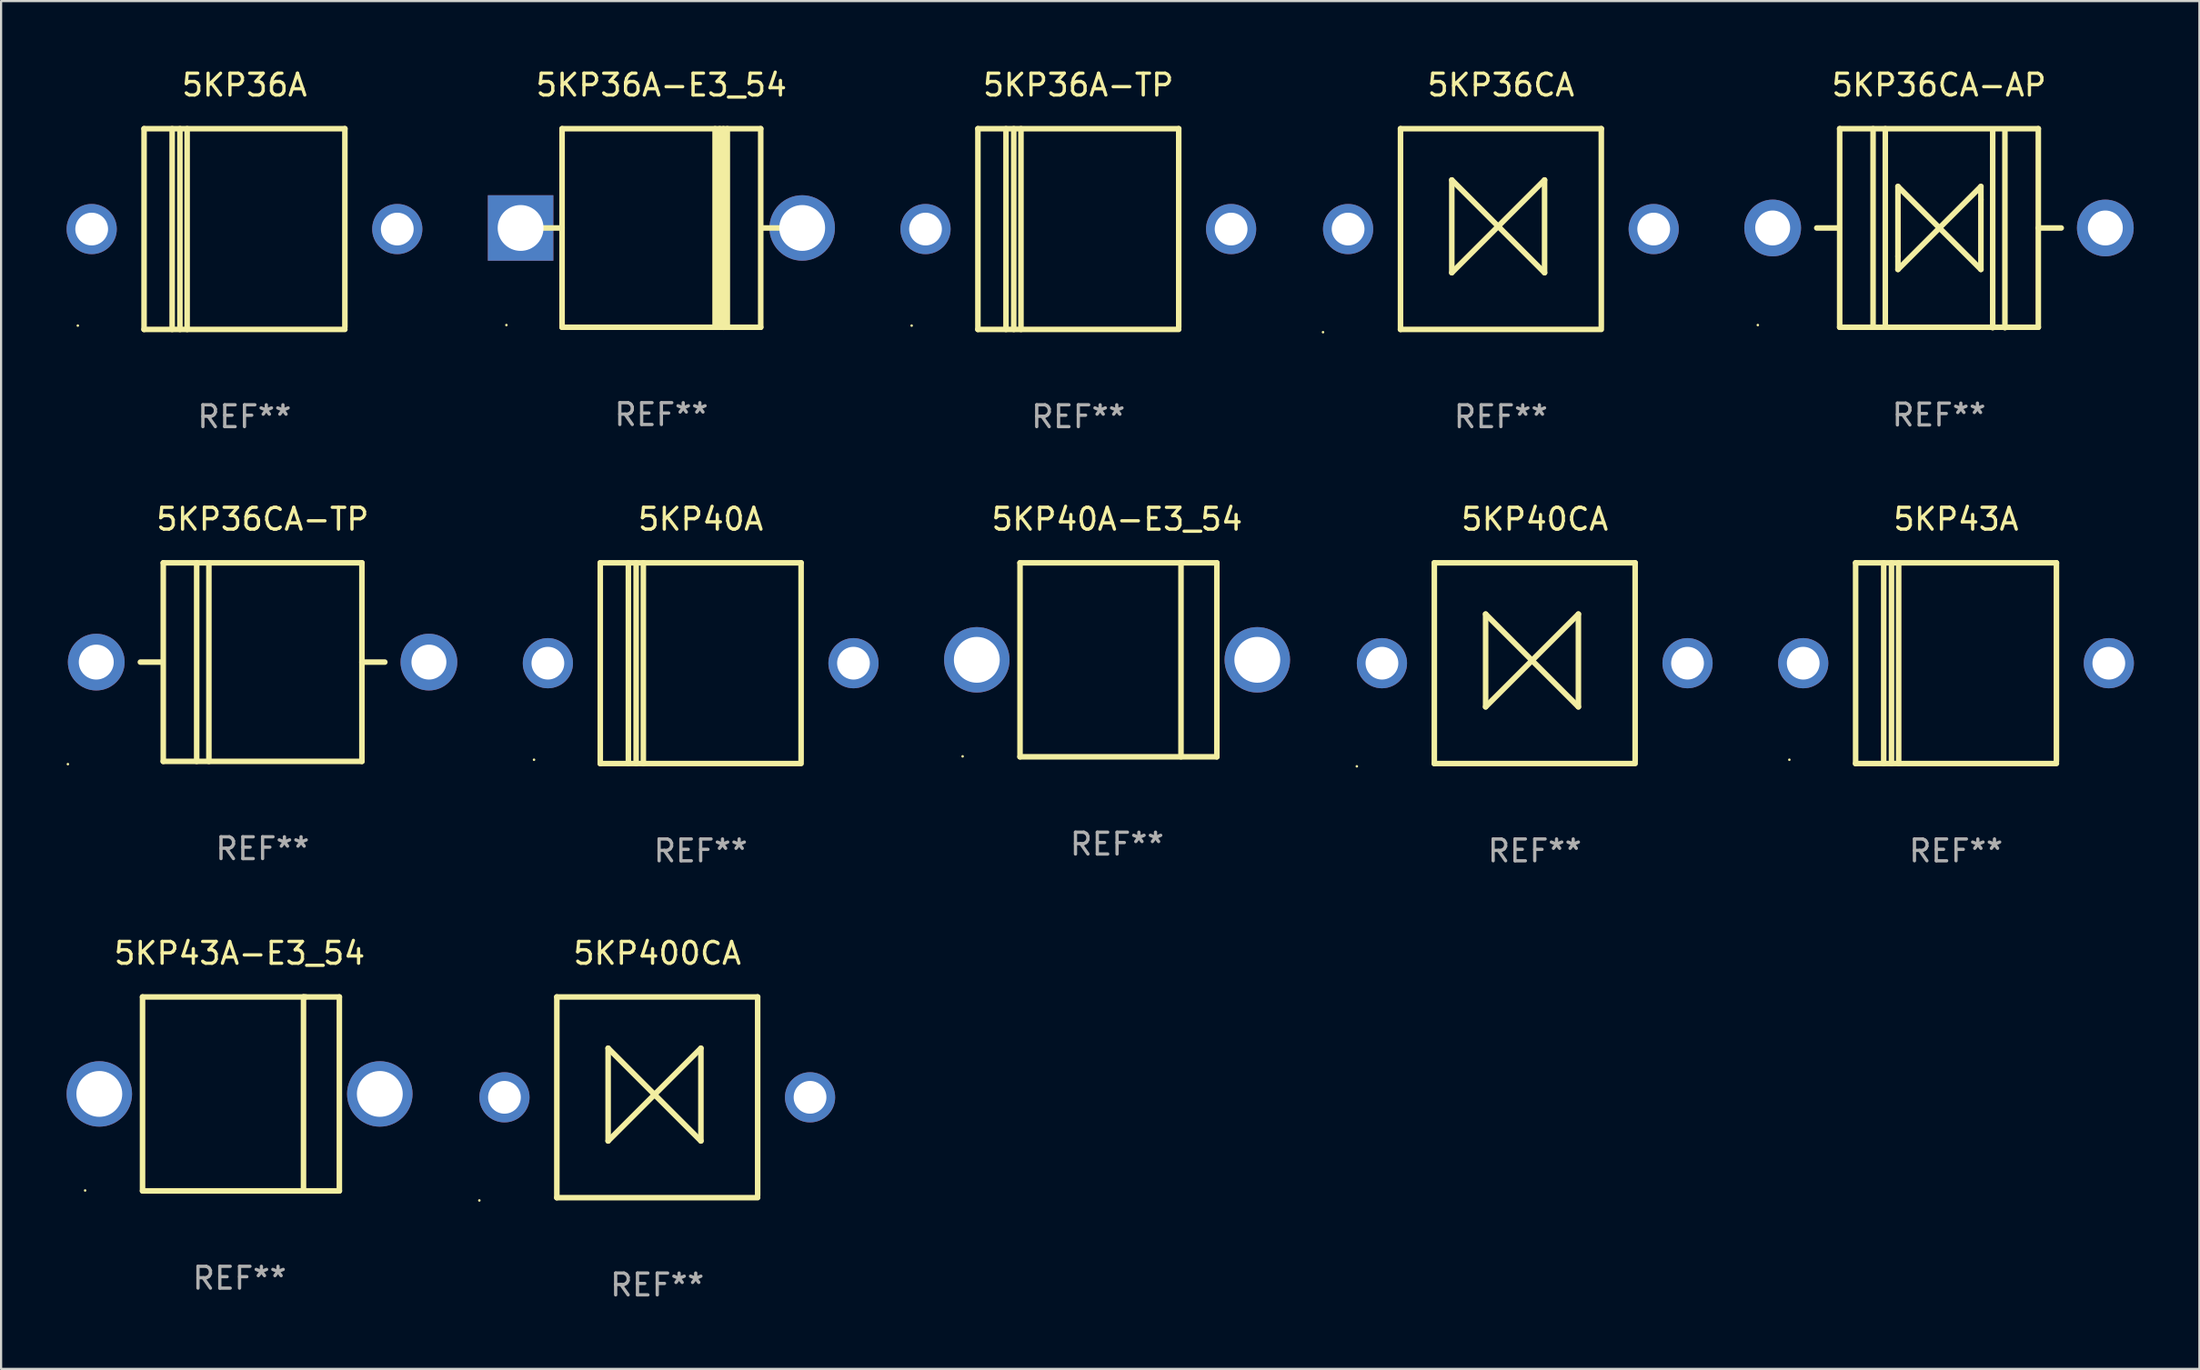
<source format=kicad_pcb>
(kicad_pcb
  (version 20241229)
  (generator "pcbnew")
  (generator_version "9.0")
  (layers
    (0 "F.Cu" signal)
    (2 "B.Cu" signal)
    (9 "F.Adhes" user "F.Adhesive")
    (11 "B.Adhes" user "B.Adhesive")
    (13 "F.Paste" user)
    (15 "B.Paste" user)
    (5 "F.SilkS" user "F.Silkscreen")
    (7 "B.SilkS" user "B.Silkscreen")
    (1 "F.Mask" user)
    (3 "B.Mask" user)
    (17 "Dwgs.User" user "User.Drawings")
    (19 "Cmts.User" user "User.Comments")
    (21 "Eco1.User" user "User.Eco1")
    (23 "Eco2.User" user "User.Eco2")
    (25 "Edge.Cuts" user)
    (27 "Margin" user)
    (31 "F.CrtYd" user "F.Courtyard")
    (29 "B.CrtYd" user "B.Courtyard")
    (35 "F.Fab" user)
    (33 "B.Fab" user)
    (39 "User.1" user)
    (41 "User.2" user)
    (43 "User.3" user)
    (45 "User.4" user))
  (footprint "5KP43A-E3_54"
    (layer "F.Cu")
    (at 7.925 47.086)
    (property "Reference" "5KP43A-E3_54" (at 0 -6.445 0) (layer "F.SilkS") (effects (font (size 1 1) (thickness 0.15))))
    (attr through_hole)
    (fp_line (start -4.445 -4.445) (end -4.445 4.445) (stroke (width 0.254) (type solid)) (layer "F.SilkS"))
    (fp_line (start -4.445 4.445) (end 4.572 4.445) (stroke (width 0.254) (type solid)) (layer "F.SilkS"))
    (fp_line (start 2.929 -4.445) (end 2.929 4.445) (stroke (width 0.254) (type solid)) (layer "F.SilkS"))
    (fp_line (start 3.029 -4.445) (end 2.929 -4.445) (stroke (width 0.254) (type solid)) (layer "F.SilkS"))
    (fp_line (start 4.572 -4.445) (end -4.445 -4.445) (stroke (width 0.254) (type solid)) (layer "F.SilkS"))
    (fp_line (start 4.572 4.445) (end 4.572 -4.445) (stroke (width 0.254) (type solid)) (layer "F.SilkS"))
    (fp_circle (center -7.075 4.425) (end -7.045 4.425) (stroke (width 0.06) (type solid)) (fill no) (layer "F.SilkS"))
    (fp_text user "REF**" (at 0 8.445 0) (layer "F.Fab") (effects (font (size 1 1) (thickness 0.15))))
    (pad "1" thru_hole circle (at -6.425 0) (size 3 3) (drill 2.1) (layers "*.Cu" "*.Mask"))
    (pad "2" thru_hole circle (at 6.425 0) (size 3 3) (drill 2.1) (layers "*.Cu" "*.Mask")))
  (footprint "5KP36CA-TP"
    (layer "F.Cu")
    (at 8.98 27.295)
    (property "Reference" "5KP36CA-TP" (at 0 -6.55 0) (layer "F.SilkS") (effects (font (size 1 1) (thickness 0.15))))
    (attr through_hole)
    (fp_line (start -4.58 0.000127) (end -5.6 0.000127) (stroke (width 0.254) (type solid)) (layer "F.SilkS"))
    (fp_line (start -4.55 -4.55) (end 4.55 -4.55) (stroke (width 0.254) (type solid)) (layer "F.SilkS"))
    (fp_line (start -4.55 -4.55) (end -4.55 4.55) (stroke (width 0.254) (type solid)) (layer "F.SilkS"))
    (fp_line (start -3.02 -4.55) (end -3.02 4.55) (stroke (width 0.254) (type solid)) (layer "F.SilkS"))
    (fp_line (start -2.46 -4.55) (end -2.46 4.55) (stroke (width 0.254) (type solid)) (layer "F.SilkS"))
    (fp_line (start 4.55 4.55) (end -4.55 4.55) (stroke (width 0.254) (type solid)) (layer "F.SilkS"))
    (fp_line (start 4.55 4.55) (end 4.55 -4.55) (stroke (width 0.254) (type solid)) (layer "F.SilkS"))
    (fp_line (start 5.6 0.000127) (end 4.55 0.000127) (stroke (width 0.254) (type solid)) (layer "F.SilkS"))
    (fp_circle (center -8.92 4.677) (end -8.89 4.677) (stroke (width 0.06) (type solid)) (fill no) (layer "F.SilkS"))
    (fp_text user "REF**" (at 0 8.55 0) (layer "F.Fab") (effects (font (size 1 1) (thickness 0.15))))
    (pad "1" thru_hole circle (at -7.62 0.000127) (size 2.6 2.6) (drill 1.6) (layers "*.Cu" "*.Mask"))
    (pad "2" thru_hole circle (at 7.62 0.000127) (size 2.6 2.6) (drill 1.6) (layers "*.Cu" "*.Mask")))
  (footprint "5KP36A-TP"
    (layer "F.Cu")
    (at 46.35 7.448)
    (property "Reference" "5KP36A-TP" (at 0 -6.6 0) (layer "F.SilkS") (effects (font (size 1 1) (thickness 0.15))))
    (attr through_hole)
    (fp_line (start -4.6 -4.6) (end -4.6 4.6) (stroke (width 0.254) (type solid)) (layer "F.SilkS"))
    (fp_line (start -4.6 -4.6) (end 4.6 -4.6) (stroke (width 0.254) (type solid)) (layer "F.SilkS"))
    (fp_line (start -4.6 4.6) (end 4.6 4.6) (stroke (width 0.254) (type solid)) (layer "F.SilkS"))
    (fp_line (start -3.313 -4.6) (end -3.313 4.6) (stroke (width 0.254) (type solid)) (layer "F.SilkS"))
    (fp_line (start -2.957 -4.6) (end -2.957 4.6) (stroke (width 0.254) (type solid)) (layer "F.SilkS"))
    (fp_line (start -2.627 -4.6) (end -2.627 4.6) (stroke (width 0.254) (type solid)) (layer "F.SilkS"))
    (fp_line (start 4.6 -4.6) (end 4.6 4.5) (stroke (width 0.254) (type solid)) (layer "F.SilkS"))
    (fp_circle (center -7.635 4.425) (end -7.605 4.425) (stroke (width 0.06) (type solid)) (fill no) (layer "F.SilkS"))
    (fp_text user "REF**" (at 0 8.6 0) (layer "F.Fab") (effects (font (size 1 1) (thickness 0.15))))
    (pad "1" thru_hole circle (at -7 0) (size 2.3 2.3) (drill 1.5) (layers "*.Cu" "*.Mask"))
    (pad "2" thru_hole circle (at 7 0) (size 2.3 2.3) (drill 1.5) (layers "*.Cu" "*.Mask")))
  (footprint "5KP40A-E3_54"
    (layer "F.Cu")
    (at 48.125 27.19)
    (property "Reference" "5KP40A-E3_54" (at 0 -6.445 0) (layer "F.SilkS") (effects (font (size 1 1) (thickness 0.15))))
    (attr through_hole)
    (fp_line (start -4.445 -4.445) (end -4.445 4.445) (stroke (width 0.254) (type solid)) (layer "F.SilkS"))
    (fp_line (start -4.445 4.445) (end 4.572 4.445) (stroke (width 0.254) (type solid)) (layer "F.SilkS"))
    (fp_line (start 2.929 -4.445) (end 2.929 4.445) (stroke (width 0.254) (type solid)) (layer "F.SilkS"))
    (fp_line (start 3.029 -4.445) (end 2.929 -4.445) (stroke (width 0.254) (type solid)) (layer "F.SilkS"))
    (fp_line (start 4.572 -4.445) (end -4.445 -4.445) (stroke (width 0.254) (type solid)) (layer "F.SilkS"))
    (fp_line (start 4.572 4.445) (end 4.572 -4.445) (stroke (width 0.254) (type solid)) (layer "F.SilkS"))
    (fp_circle (center -7.075 4.425) (end -7.045 4.425) (stroke (width 0.06) (type solid)) (fill no) (layer "F.SilkS"))
    (fp_text user "REF**" (at 0 8.445 0) (layer "F.Fab") (effects (font (size 1 1) (thickness 0.15))))
    (pad "1" thru_hole circle (at -6.425 0) (size 3 3) (drill 2.1) (layers "*.Cu" "*.Mask"))
    (pad "2" thru_hole circle (at 6.425 0) (size 3 3) (drill 2.1) (layers "*.Cu" "*.Mask")))
  (footprint "5KP36A-E3_54"
    (layer "F.Cu")
    (at 27.25 7.399)
    (property "Reference" "5KP36A-E3_54" (at 0 -6.551 0) (layer "F.SilkS") (effects (font (size 1 1) (thickness 0.15))))
    (attr through_hole)
    (fp_line (start -5.6 -0.001) (end -4.55 -0.001) (stroke (width 0.254) (type solid)) (layer "F.SilkS"))
    (fp_line (start -4.55 -4.551) (end -4.55 4.55) (stroke (width 0.254) (type solid)) (layer "F.SilkS"))
    (fp_line (start -4.55 -4.551) (end 4.55 -4.551) (stroke (width 0.254) (type solid)) (layer "F.SilkS"))
    (fp_line (start 2.46 4.55) (end 2.46 -4.551) (stroke (width 0.254) (type solid)) (layer "F.SilkS"))
    (fp_line (start 2.67 4.55) (end 2.67 -4.551) (stroke (width 0.254) (type solid)) (layer "F.SilkS"))
    (fp_line (start 2.841 4.551) (end 2.841 -4.55) (stroke (width 0.254) (type solid)) (layer "F.SilkS"))
    (fp_line (start 3.02 4.55) (end 3.02 -4.551) (stroke (width 0.254) (type solid)) (layer "F.SilkS"))
    (fp_line (start 4.55 4.55) (end 4.55 -4.551) (stroke (width 0.254) (type solid)) (layer "F.SilkS"))
    (fp_line (start 4.55 4.549) (end -4.55 4.549) (stroke (width 0.254) (type solid)) (layer "F.SilkS"))
    (fp_line (start 4.58 -0.001) (end 5.6 -0.001) (stroke (width 0.254) (type solid)) (layer "F.SilkS"))
    (fp_circle (center -7.1 4.449) (end -7.07 4.449) (stroke (width 0.06) (type solid)) (fill no) (layer "F.SilkS"))
    (fp_text user "REF**" (at 0 8.551 0) (layer "F.Fab") (effects (font (size 1 1) (thickness 0.15))))
    (pad "1" thru_hole rect (at -6.45 -0.001 180) (size 3 3) (drill 2.1) (layers "*.Cu" "*.Mask"))
    (pad "2" thru_hole circle (at 6.45 -0.001) (size 3 3) (drill 2.1) (layers "*.Cu" "*.Mask")))
  (footprint "5KP43A"
    (layer "F.Cu")
    (at 86.56 27.345)
    (property "Reference" "5KP43A" (at 0 -6.6 0) (layer "F.SilkS") (effects (font (size 1 1) (thickness 0.15))))
    (attr through_hole)
    (fp_line (start -4.6 -4.6) (end -4.6 4.6) (stroke (width 0.254) (type solid)) (layer "F.SilkS"))
    (fp_line (start -4.6 -4.6) (end 4.6 -4.6) (stroke (width 0.254) (type solid)) (layer "F.SilkS"))
    (fp_line (start -4.6 4.6) (end 4.6 4.6) (stroke (width 0.254) (type solid)) (layer "F.SilkS"))
    (fp_line (start -3.313 -4.6) (end -3.313 4.6) (stroke (width 0.254) (type solid)) (layer "F.SilkS"))
    (fp_line (start -2.957 -4.6) (end -2.957 4.6) (stroke (width 0.254) (type solid)) (layer "F.SilkS"))
    (fp_line (start -2.627 -4.6) (end -2.627 4.6) (stroke (width 0.254) (type solid)) (layer "F.SilkS"))
    (fp_line (start 4.6 -4.6) (end 4.6 4.5) (stroke (width 0.254) (type solid)) (layer "F.SilkS"))
    (fp_circle (center -7.635 4.425) (end -7.605 4.425) (stroke (width 0.06) (type solid)) (fill no) (layer "F.SilkS"))
    (fp_text user "REF**" (at 0 8.6 0) (layer "F.Fab") (effects (font (size 1 1) (thickness 0.15))))
    (pad "1" thru_hole circle (at -7 0) (size 2.3 2.3) (drill 1.5) (layers "*.Cu" "*.Mask"))
    (pad "2" thru_hole circle (at 7 0) (size 2.3 2.3) (drill 1.5) (layers "*.Cu" "*.Mask")))
  (footprint "5KP36CA"
    (layer "F.Cu")
    (at 65.71 7.448)
    (property "Reference" "5KP36CA" (at 0 -6.6 0) (layer "F.SilkS") (effects (font (size 1 1) (thickness 0.15))))
    (attr through_hole)
    (fp_line (start -4.6 -4.6) (end -4.6 4.6) (stroke (width 0.254) (type solid)) (layer "F.SilkS"))
    (fp_line (start -4.6 -4.6) (end 4.6 -4.6) (stroke (width 0.254) (type solid)) (layer "F.SilkS"))
    (fp_line (start -4.6 4.6) (end 4.6 4.6) (stroke (width 0.254) (type solid)) (layer "F.SilkS"))
    (fp_line (start -2.25 -2.25) (end -2.25 2) (stroke (width 0.254) (type solid)) (layer "F.SilkS"))
    (fp_line (start -2.25 2) (end 2 -2.25) (stroke (width 0.254) (type solid)) (layer "F.SilkS"))
    (fp_line (start 2 -2.25) (end 2 2) (stroke (width 0.254) (type solid)) (layer "F.SilkS"))
    (fp_line (start 2 2) (end -2.25 -2.25) (stroke (width 0.254) (type solid)) (layer "F.SilkS"))
    (fp_line (start 4.6 -4.6) (end 4.6 4.5) (stroke (width 0.254) (type solid)) (layer "F.SilkS"))
    (fp_circle (center -8.15 4.727) (end -8.12 4.727) (stroke (width 0.06) (type solid)) (fill no) (layer "F.SilkS"))
    (fp_text user "REF**" (at 0 8.6 0) (layer "F.Fab") (effects (font (size 1 1) (thickness 0.15))))
    (pad "1" thru_hole circle (at -7 0) (size 2.3 2.3) (drill 1.5) (layers "*.Cu" "*.Mask"))
    (pad "2" thru_hole circle (at 7 0) (size 2.3 2.3) (drill 1.5) (layers "*.Cu" "*.Mask")))
  (footprint "5KP400CA"
    (layer "F.Cu")
    (at 27.06 47.241)
    (property "Reference" "5KP400CA" (at 0 -6.6 0) (layer "F.SilkS") (effects (font (size 1 1) (thickness 0.15))))
    (attr through_hole)
    (fp_line (start -4.6 -4.6) (end -4.6 4.6) (stroke (width 0.254) (type solid)) (layer "F.SilkS"))
    (fp_line (start -4.6 -4.6) (end 4.6 -4.6) (stroke (width 0.254) (type solid)) (layer "F.SilkS"))
    (fp_line (start -4.6 4.6) (end 4.6 4.6) (stroke (width 0.254) (type solid)) (layer "F.SilkS"))
    (fp_line (start -2.25 -2.25) (end -2.25 2) (stroke (width 0.254) (type solid)) (layer "F.SilkS"))
    (fp_line (start -2.25 2) (end 2 -2.25) (stroke (width 0.254) (type solid)) (layer "F.SilkS"))
    (fp_line (start 2 -2.25) (end 2 2) (stroke (width 0.254) (type solid)) (layer "F.SilkS"))
    (fp_line (start 2 2) (end -2.25 -2.25) (stroke (width 0.254) (type solid)) (layer "F.SilkS"))
    (fp_line (start 4.6 -4.6) (end 4.6 4.5) (stroke (width 0.254) (type solid)) (layer "F.SilkS"))
    (fp_circle (center -8.15 4.727) (end -8.12 4.727) (stroke (width 0.06) (type solid)) (fill no) (layer "F.SilkS"))
    (fp_text user "REF**" (at 0 8.6 0) (layer "F.Fab") (effects (font (size 1 1) (thickness 0.15))))
    (pad "1" thru_hole circle (at -7 0) (size 2.3 2.3) (drill 1.5) (layers "*.Cu" "*.Mask"))
    (pad "2" thru_hole circle (at 7 0) (size 2.3 2.3) (drill 1.5) (layers "*.Cu" "*.Mask")))
  (footprint "5KP40CA"
    (layer "F.Cu")
    (at 67.26 27.345)
    (property "Reference" "5KP40CA" (at 0 -6.6 0) (layer "F.SilkS") (effects (font (size 1 1) (thickness 0.15))))
    (attr through_hole)
    (fp_line (start -4.6 -4.6) (end -4.6 4.6) (stroke (width 0.254) (type solid)) (layer "F.SilkS"))
    (fp_line (start -4.6 -4.6) (end 4.6 -4.6) (stroke (width 0.254) (type solid)) (layer "F.SilkS"))
    (fp_line (start -4.6 4.6) (end 4.6 4.6) (stroke (width 0.254) (type solid)) (layer "F.SilkS"))
    (fp_line (start -2.25 -2.25) (end -2.25 2) (stroke (width 0.254) (type solid)) (layer "F.SilkS"))
    (fp_line (start -2.25 2) (end 2 -2.25) (stroke (width 0.254) (type solid)) (layer "F.SilkS"))
    (fp_line (start 2 -2.25) (end 2 2) (stroke (width 0.254) (type solid)) (layer "F.SilkS"))
    (fp_line (start 2 2) (end -2.25 -2.25) (stroke (width 0.254) (type solid)) (layer "F.SilkS"))
    (fp_line (start 4.6 -4.6) (end 4.6 4.5) (stroke (width 0.254) (type solid)) (layer "F.SilkS"))
    (fp_circle (center -8.15 4.727) (end -8.12 4.727) (stroke (width 0.06) (type solid)) (fill no) (layer "F.SilkS"))
    (fp_text user "REF**" (at 0 8.6 0) (layer "F.Fab") (effects (font (size 1 1) (thickness 0.15))))
    (pad "1" thru_hole circle (at -7 0) (size 2.3 2.3) (drill 1.5) (layers "*.Cu" "*.Mask"))
    (pad "2" thru_hole circle (at 7 0) (size 2.3 2.3) (drill 1.5) (layers "*.Cu" "*.Mask")))
  (footprint "5KP36A"
    (layer "F.Cu")
    (at 8.15 7.448)
    (property "Reference" "5KP36A" (at 0 -6.6 0) (layer "F.SilkS") (effects (font (size 1 1) (thickness 0.15))))
    (attr through_hole)
    (fp_line (start -4.6 -4.6) (end -4.6 4.6) (stroke (width 0.254) (type solid)) (layer "F.SilkS"))
    (fp_line (start -4.6 -4.6) (end 4.6 -4.6) (stroke (width 0.254) (type solid)) (layer "F.SilkS"))
    (fp_line (start -4.6 4.6) (end 4.6 4.6) (stroke (width 0.254) (type solid)) (layer "F.SilkS"))
    (fp_line (start -3.313 -4.6) (end -3.313 4.6) (stroke (width 0.254) (type solid)) (layer "F.SilkS"))
    (fp_line (start -2.957 -4.6) (end -2.957 4.6) (stroke (width 0.254) (type solid)) (layer "F.SilkS"))
    (fp_line (start -2.627 -4.6) (end -2.627 4.6) (stroke (width 0.254) (type solid)) (layer "F.SilkS"))
    (fp_line (start 4.6 -4.6) (end 4.6 4.5) (stroke (width 0.254) (type solid)) (layer "F.SilkS"))
    (fp_circle (center -7.635 4.425) (end -7.605 4.425) (stroke (width 0.06) (type solid)) (fill no) (layer "F.SilkS"))
    (fp_text user "REF**" (at 0 8.6 0) (layer "F.Fab") (effects (font (size 1 1) (thickness 0.15))))
    (pad "1" thru_hole circle (at -7 0) (size 2.3 2.3) (drill 1.5) (layers "*.Cu" "*.Mask"))
    (pad "2" thru_hole circle (at 7 0) (size 2.3 2.3) (drill 1.5) (layers "*.Cu" "*.Mask")))
  (footprint "5KP40A"
    (layer "F.Cu")
    (at 29.05 27.345)
    (property "Reference" "5KP40A" (at 0 -6.6 0) (layer "F.SilkS") (effects (font (size 1 1) (thickness 0.15))))
    (attr through_hole)
    (fp_line (start -4.6 -4.6) (end -4.6 4.6) (stroke (width 0.254) (type solid)) (layer "F.SilkS"))
    (fp_line (start -4.6 -4.6) (end 4.6 -4.6) (stroke (width 0.254) (type solid)) (layer "F.SilkS"))
    (fp_line (start -4.6 4.6) (end 4.6 4.6) (stroke (width 0.254) (type solid)) (layer "F.SilkS"))
    (fp_line (start -3.313 -4.6) (end -3.313 4.6) (stroke (width 0.254) (type solid)) (layer "F.SilkS"))
    (fp_line (start -2.957 -4.6) (end -2.957 4.6) (stroke (width 0.254) (type solid)) (layer "F.SilkS"))
    (fp_line (start -2.627 -4.6) (end -2.627 4.6) (stroke (width 0.254) (type solid)) (layer "F.SilkS"))
    (fp_line (start 4.6 -4.6) (end 4.6 4.5) (stroke (width 0.254) (type solid)) (layer "F.SilkS"))
    (fp_circle (center -7.635 4.425) (end -7.605 4.425) (stroke (width 0.06) (type solid)) (fill no) (layer "F.SilkS"))
    (fp_text user "REF**" (at 0 8.6 0) (layer "F.Fab") (effects (font (size 1 1) (thickness 0.15))))
    (pad "1" thru_hole circle (at -7 0) (size 2.3 2.3) (drill 1.5) (layers "*.Cu" "*.Mask"))
    (pad "2" thru_hole circle (at 7 0) (size 2.3 2.3) (drill 1.5) (layers "*.Cu" "*.Mask")))
  (footprint "5KP36CA-AP"
    (layer "F.Cu")
    (at 85.78 7.409)
    (property "Reference" "5KP36CA-AP" (at 0 -6.561 0) (layer "F.SilkS") (effects (font (size 1 1) (thickness 0.15))))
    (attr through_hole)
    (fp_line (start -4.58 -0.011) (end -5.6 -0.011) (stroke (width 0.254) (type solid)) (layer "F.SilkS"))
    (fp_line (start -4.55 -4.561) (end 4.55 -4.561) (stroke (width 0.254) (type solid)) (layer "F.SilkS"))
    (fp_line (start -4.55 -4.561) (end -4.55 4.539) (stroke (width 0.254) (type solid)) (layer "F.SilkS"))
    (fp_line (start -3.02 -4.561) (end -3.02 4.539) (stroke (width 0.254) (type solid)) (layer "F.SilkS"))
    (fp_line (start -2.46 -4.561) (end -2.46 4.539) (stroke (width 0.254) (type solid)) (layer "F.SilkS"))
    (fp_line (start -1.88 -1.911) (end 0.02 -0.011) (stroke (width 0.254) (type solid)) (layer "F.SilkS"))
    (fp_line (start -1.88 1.289) (end -1.88 -1.911) (stroke (width 0.254) (type solid)) (layer "F.SilkS"))
    (fp_line (start -1.88 1.889) (end -1.88 1.289) (stroke (width 0.254) (type solid)) (layer "F.SilkS"))
    (fp_line (start 0.02 -0.011) (end -1.88 1.889) (stroke (width 0.254) (type solid)) (layer "F.SilkS"))
    (fp_line (start 0.02 -0.011) (end 1.92 -1.911) (stroke (width 0.254) (type solid)) (layer "F.SilkS"))
    (fp_line (start 1.92 -1.911) (end 1.92 -1.311) (stroke (width 0.254) (type solid)) (layer "F.SilkS"))
    (fp_line (start 1.92 -1.311) (end 1.92 1.889) (stroke (width 0.254) (type solid)) (layer "F.SilkS"))
    (fp_line (start 1.92 1.889) (end 0.02 -0.011) (stroke (width 0.254) (type solid)) (layer "F.SilkS"))
    (fp_line (start 2.46 -4.539) (end 2.46 4.561) (stroke (width 0.254) (type solid)) (layer "F.SilkS"))
    (fp_line (start 3.02 -4.539) (end 3.02 4.561) (stroke (width 0.254) (type solid)) (layer "F.SilkS"))
    (fp_line (start 4.55 4.539) (end -4.55 4.539) (stroke (width 0.254) (type solid)) (layer "F.SilkS"))
    (fp_line (start 4.55 4.539) (end 4.55 -4.561) (stroke (width 0.254) (type solid)) (layer "F.SilkS"))
    (fp_line (start 5.6 -0.011) (end 4.55 -0.011) (stroke (width 0.254) (type solid)) (layer "F.SilkS"))
    (fp_circle (center -8.3 4.439) (end -8.27 4.439) (stroke (width 0.06) (type solid)) (fill no) (layer "F.SilkS"))
    (fp_text user "REF**" (at 0 8.561 0) (layer "F.Fab") (effects (font (size 1 1) (thickness 0.15))))
    (pad "1" thru_hole circle (at -7.62 -0.011) (size 2.6 2.6) (drill 1.6) (layers "*.Cu" "*.Mask"))
    (pad "2" thru_hole circle (at 7.62 -0.011) (size 2.6 2.6) (drill 1.6) (layers "*.Cu" "*.Mask")))
  (gr_rect
    (start -3 -3)
    (end 97.71 59.69)
    (stroke (width 0.1) (type default))
    (fill no)
    (layer "Edge.Cuts")))
</source>
